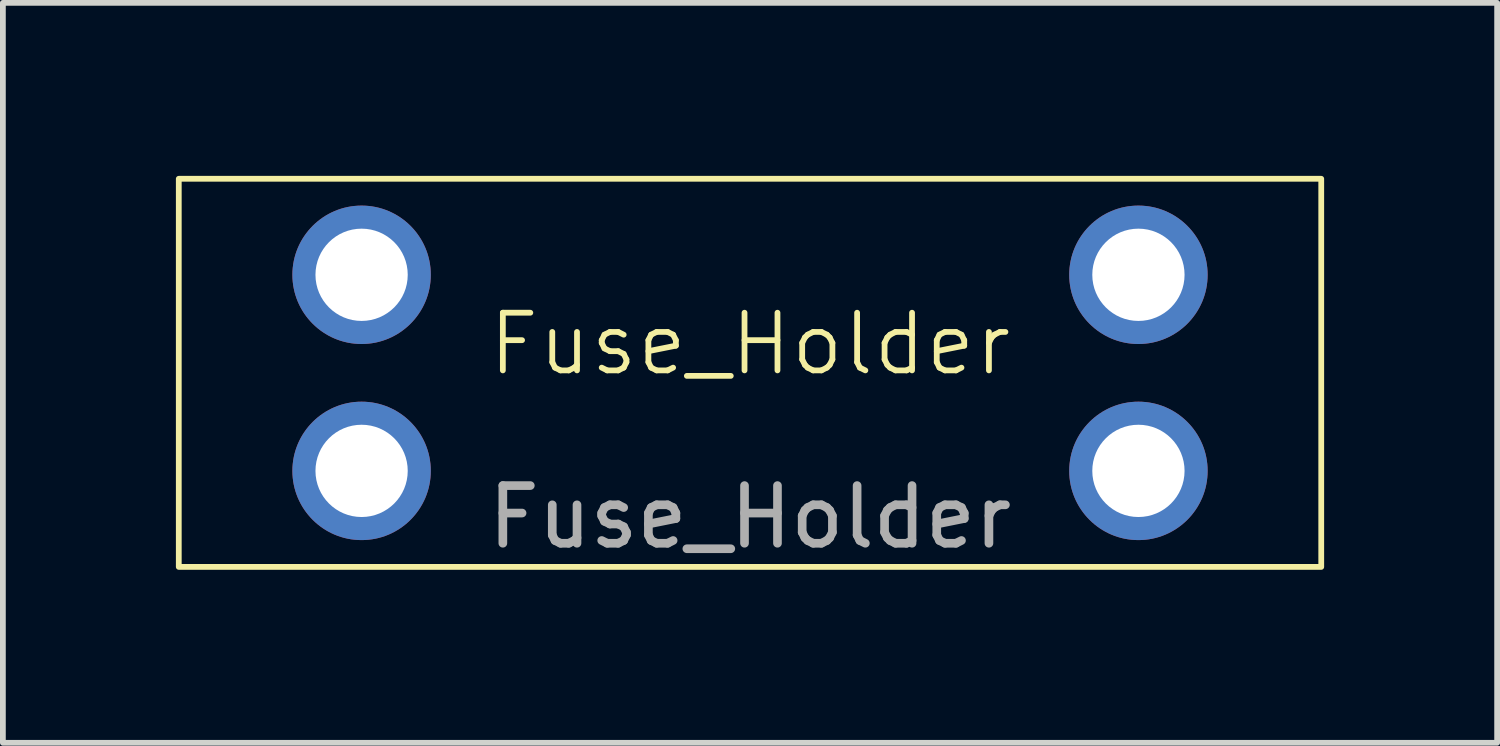
<source format=kicad_pcb>
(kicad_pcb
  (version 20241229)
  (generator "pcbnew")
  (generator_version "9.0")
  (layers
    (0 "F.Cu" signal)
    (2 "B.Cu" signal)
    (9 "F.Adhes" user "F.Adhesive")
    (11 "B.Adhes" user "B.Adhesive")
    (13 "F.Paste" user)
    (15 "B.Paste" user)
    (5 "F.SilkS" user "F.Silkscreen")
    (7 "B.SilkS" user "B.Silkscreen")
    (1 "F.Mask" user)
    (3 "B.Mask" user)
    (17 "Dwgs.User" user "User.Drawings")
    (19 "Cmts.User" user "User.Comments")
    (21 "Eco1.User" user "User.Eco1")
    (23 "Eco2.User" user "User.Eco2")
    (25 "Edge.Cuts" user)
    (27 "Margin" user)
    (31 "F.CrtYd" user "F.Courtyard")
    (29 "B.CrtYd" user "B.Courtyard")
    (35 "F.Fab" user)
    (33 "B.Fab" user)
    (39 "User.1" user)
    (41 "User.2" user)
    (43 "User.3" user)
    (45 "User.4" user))
  (footprint "Fuse_Holder"
    (layer "F.Cu")
    (at 9.955 3.415)
    (property "Reference" "Fuse_Holder" (at 0 -0.5 0) (unlocked yes) (layer "F.SilkS") (effects (font (size 1 1) (thickness 0.1))))
    (attr through_hole)
    (fp_rect (start -9.905 -3.365) (end 9.905 3.365) (stroke (width 0.1) (type default)) (fill no) (layer "F.SilkS"))
    (fp_text user "${REFERENCE}" (at 0 2.5 0) (unlocked yes) (layer "F.Fab") (effects (font (size 1 1) (thickness 0.15))))
    (pad "1" thru_hole circle (at -6.735 -1.7) (size 2.4 2.4) (drill 1.6) (layers "*.Cu" "*.Mask"))
    (pad "1" thru_hole circle (at -6.735 1.7) (size 2.4 2.4) (drill 1.6) (layers "*.Cu" "*.Mask"))
    (pad "2" thru_hole circle (at 6.735 -1.7) (size 2.4 2.4) (drill 1.6) (layers "*.Cu" "*.Mask"))
    (pad "2" thru_hole circle (at 6.735 1.7) (size 2.4 2.4) (drill 1.6) (layers "*.Cu" "*.Mask")))
  (gr_rect
    (start -3 -3)
    (end 22.91 9.83)
    (stroke (width 0.1) (type default))
    (fill no)
    (layer "Edge.Cuts")))
</source>
